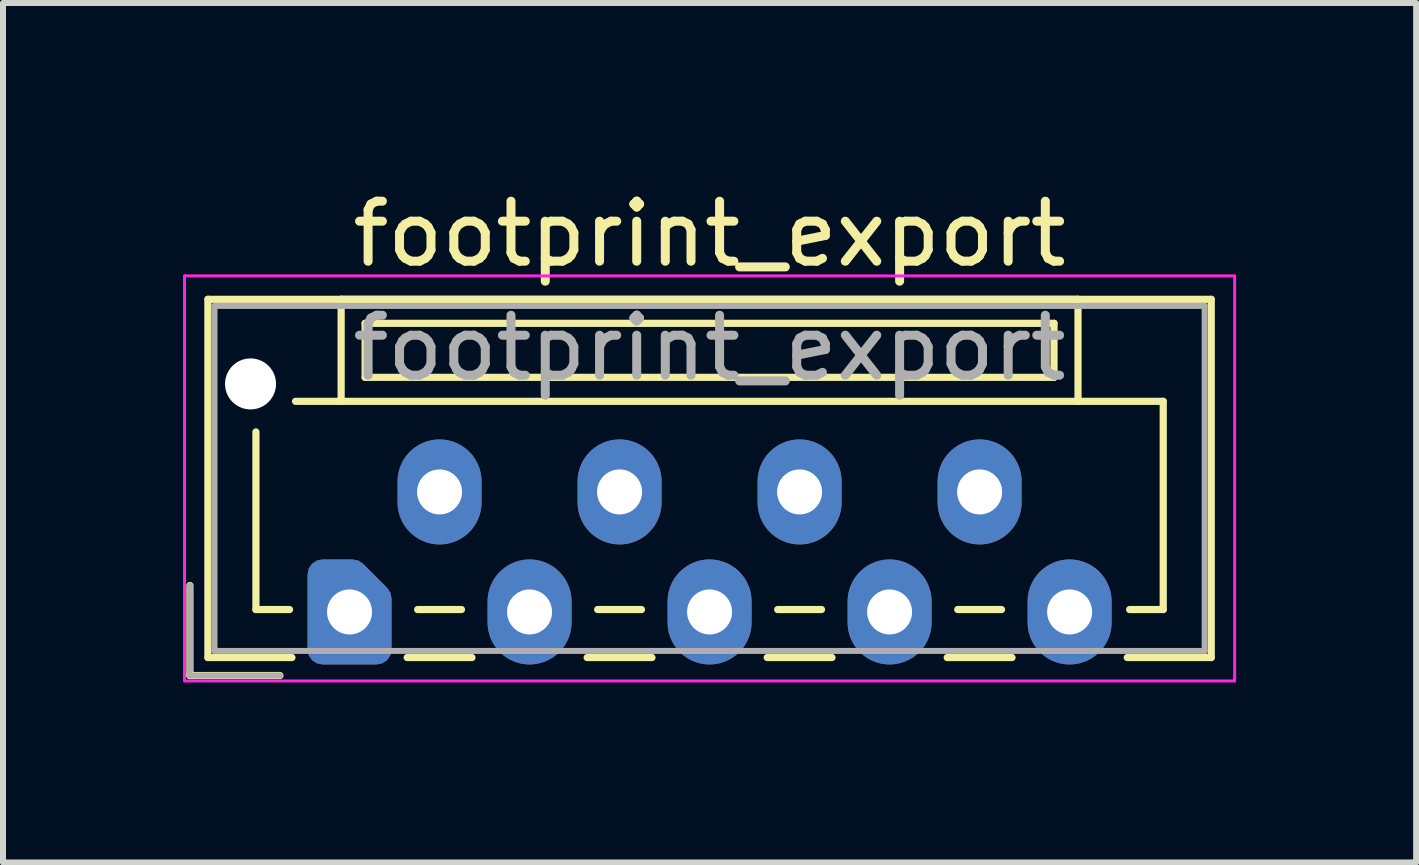
<source format=kicad_pcb>
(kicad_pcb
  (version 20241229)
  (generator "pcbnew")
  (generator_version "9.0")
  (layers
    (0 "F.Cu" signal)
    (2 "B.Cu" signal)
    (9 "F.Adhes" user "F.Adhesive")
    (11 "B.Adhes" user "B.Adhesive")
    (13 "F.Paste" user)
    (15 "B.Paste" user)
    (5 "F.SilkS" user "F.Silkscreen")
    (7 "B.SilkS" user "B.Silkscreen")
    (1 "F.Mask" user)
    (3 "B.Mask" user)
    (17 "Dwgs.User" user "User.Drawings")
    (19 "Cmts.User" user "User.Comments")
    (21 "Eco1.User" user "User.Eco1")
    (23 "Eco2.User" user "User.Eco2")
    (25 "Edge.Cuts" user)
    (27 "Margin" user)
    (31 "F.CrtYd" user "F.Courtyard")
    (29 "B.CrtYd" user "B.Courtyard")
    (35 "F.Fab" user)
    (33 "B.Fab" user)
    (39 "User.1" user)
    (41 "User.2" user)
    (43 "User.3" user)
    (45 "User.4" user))
  (footprint "footprint_export"
    (layer "F.Cu")
    (at 2.775 7.148)
    (property "Reference" "footprint_export" (at 6 -6.3 0) (layer "F.SilkS") (effects (font (size 1 1) (thickness 0.15))))
    (attr through_hole)
    (fp_line (start -2.66 -0.44) (end -2.66 1.06) (stroke (width 0.12) (type solid)) (layer "F.SilkS"))
    (fp_line (start -2.66 1.06) (end -1.16 1.06) (stroke (width 0.12) (type solid)) (layer "F.SilkS"))
    (fp_line (start -2.36 -5.21) (end 14.36 -5.21) (stroke (width 0.12) (type solid)) (layer "F.SilkS"))
    (fp_line (start -2.36 0.76) (end -2.36 -5.21) (stroke (width 0.12) (type solid)) (layer "F.SilkS"))
    (fp_line (start -1.56 -3) (end -1.56 -0.04) (stroke (width 0.12) (type solid)) (layer "F.SilkS"))
    (fp_line (start -1.56 -0.04) (end -1 -0.04) (stroke (width 0.12) (type solid)) (layer "F.SilkS"))
    (fp_line (start -0.96 0.76) (end -2.36 0.76) (stroke (width 0.12) (type solid)) (layer "F.SilkS"))
    (fp_line (start -0.14 -5.21) (end -0.14 -3.51) (stroke (width 0.12) (type solid)) (layer "F.SilkS"))
    (fp_line (start -0.14 -3.51) (end -0.9 -3.51) (stroke (width 0.12) (type solid)) (layer "F.SilkS"))
    (fp_line (start -0.14 -3.51) (end 12.14 -3.51) (stroke (width 0.12) (type solid)) (layer "F.SilkS"))
    (fp_line (start 0.26 -4.81) (end 0.26 -3.91) (stroke (width 0.12) (type solid)) (layer "F.SilkS"))
    (fp_line (start 0.26 -3.91) (end 11.74 -3.91) (stroke (width 0.12) (type solid)) (layer "F.SilkS"))
    (fp_line (start 0.96 0.76) (end 2.04 0.76) (stroke (width 0.12) (type solid)) (layer "F.SilkS"))
    (fp_line (start 1.135 -0.04) (end 1.865 -0.04) (stroke (width 0.12) (type solid)) (layer "F.SilkS"))
    (fp_line (start 3.96 0.76) (end 5.04 0.76) (stroke (width 0.12) (type solid)) (layer "F.SilkS"))
    (fp_line (start 4.135 -0.04) (end 4.865 -0.04) (stroke (width 0.12) (type solid)) (layer "F.SilkS"))
    (fp_line (start 6.96 0.76) (end 8.04 0.76) (stroke (width 0.12) (type solid)) (layer "F.SilkS"))
    (fp_line (start 7.135 -0.04) (end 7.865 -0.04) (stroke (width 0.12) (type solid)) (layer "F.SilkS"))
    (fp_line (start 9.96 0.76) (end 11.04 0.76) (stroke (width 0.12) (type solid)) (layer "F.SilkS"))
    (fp_line (start 10.135 -0.04) (end 10.865 -0.04) (stroke (width 0.12) (type solid)) (layer "F.SilkS"))
    (fp_line (start 11.74 -4.81) (end 0.26 -4.81) (stroke (width 0.12) (type solid)) (layer "F.SilkS"))
    (fp_line (start 11.74 -3.91) (end 11.74 -4.81) (stroke (width 0.12) (type solid)) (layer "F.SilkS"))
    (fp_line (start 12.14 -5.21) (end -0.14 -5.21) (stroke (width 0.12) (type solid)) (layer "F.SilkS"))
    (fp_line (start 12.14 -3.51) (end 12.14 -5.21) (stroke (width 0.12) (type solid)) (layer "F.SilkS"))
    (fp_line (start 12.14 -3.51) (end 13.56 -3.51) (stroke (width 0.12) (type solid)) (layer "F.SilkS"))
    (fp_line (start 13.56 -3.51) (end 13.56 -0.04) (stroke (width 0.12) (type solid)) (layer "F.SilkS"))
    (fp_line (start 13.56 -0.04) (end 13 -0.04) (stroke (width 0.12) (type solid)) (layer "F.SilkS"))
    (fp_line (start 14.36 -5.21) (end 14.36 0.76) (stroke (width 0.12) (type solid)) (layer "F.SilkS"))
    (fp_line (start 14.36 0.76) (end 12.96 0.76) (stroke (width 0.12) (type solid)) (layer "F.SilkS"))
    (fp_line (start -2.75 -5.6) (end -2.75 1.15) (stroke (width 0.05) (type solid)) (layer "F.CrtYd"))
    (fp_line (start -2.75 1.15) (end 14.75 1.15) (stroke (width 0.05) (type solid)) (layer "F.CrtYd"))
    (fp_line (start 14.75 -5.6) (end -2.75 -5.6) (stroke (width 0.05) (type solid)) (layer "F.CrtYd"))
    (fp_line (start 14.75 1.15) (end 14.75 -5.6) (stroke (width 0.05) (type solid)) (layer "F.CrtYd"))
    (fp_line (start -2.66 -0.44) (end -2.66 1.06) (stroke (width 0.1) (type solid)) (layer "F.Fab"))
    (fp_line (start -2.66 1.06) (end -1.16 1.06) (stroke (width 0.1) (type solid)) (layer "F.Fab"))
    (fp_line (start -2.25 -5.1) (end -2.25 0.65) (stroke (width 0.1) (type solid)) (layer "F.Fab"))
    (fp_line (start -2.25 0.65) (end 14.25 0.65) (stroke (width 0.1) (type solid)) (layer "F.Fab"))
    (fp_line (start 14.25 -5.1) (end -2.25 -5.1) (stroke (width 0.1) (type solid)) (layer "F.Fab"))
    (fp_line (start 14.25 0.65) (end 14.25 -5.1) (stroke (width 0.1) (type solid)) (layer "F.Fab"))
    (fp_text user "${REFERENCE}" (at 6 -4.4 0) (layer "F.Fab") (effects (font (size 1 1) (thickness 0.15))))
    (pad "" np_thru_hole circle (at -1.65 -3.8) (size 0.85 0.85) (drill 0.85) (layers "*.Cu" "*.Mask"))
    (pad "1" thru_hole custom (at 0 0) (size 1.117 1.117) (drill 0.75) (layers "*.Cu" "*.Mask") (options (anchor circle)) (primitives (gr_poly (pts (xy 0.45 -0.225) (xy 0.45 0.625) (xy -0.45 0.625) (xy -0.45 -0.625) (xy 0.05 -0.625)) (width 0.5) (fill yes))))
    (pad "2" thru_hole oval (at 1.5 -2) (size 1.4 1.75) (drill 0.75) (layers "*.Cu" "*.Mask"))
    (pad "3" thru_hole oval (at 3 0) (size 1.4 1.75) (drill 0.75) (layers "*.Cu" "*.Mask"))
    (pad "4" thru_hole oval (at 4.5 -2) (size 1.4 1.75) (drill 0.75) (layers "*.Cu" "*.Mask"))
    (pad "5" thru_hole oval (at 6 0) (size 1.4 1.75) (drill 0.75) (layers "*.Cu" "*.Mask"))
    (pad "6" thru_hole oval (at 7.5 -2) (size 1.4 1.75) (drill 0.75) (layers "*.Cu" "*.Mask"))
    (pad "7" thru_hole oval (at 9 0) (size 1.4 1.75) (drill 0.75) (layers "*.Cu" "*.Mask"))
    (pad "8" thru_hole oval (at 10.5 -2) (size 1.4 1.75) (drill 0.75) (layers "*.Cu" "*.Mask"))
    (pad "9" thru_hole oval (at 12 0) (size 1.4 1.75) (drill 0.75) (layers "*.Cu" "*.Mask")))
  (gr_rect
    (start -3 -3)
    (end 20.55 11.323)
    (stroke (width 0.1) (type default))
    (fill no)
    (layer "Edge.Cuts")))
</source>
